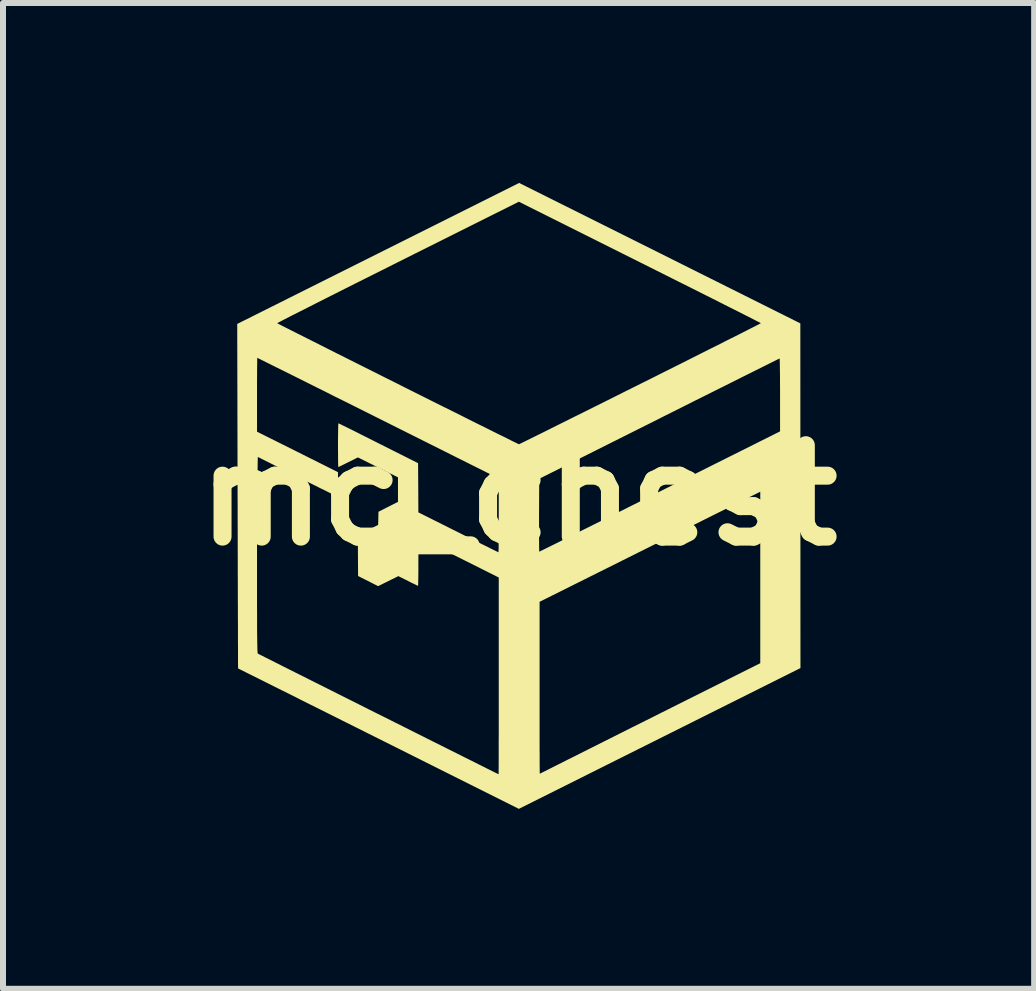
<source format=kicad_pcb>
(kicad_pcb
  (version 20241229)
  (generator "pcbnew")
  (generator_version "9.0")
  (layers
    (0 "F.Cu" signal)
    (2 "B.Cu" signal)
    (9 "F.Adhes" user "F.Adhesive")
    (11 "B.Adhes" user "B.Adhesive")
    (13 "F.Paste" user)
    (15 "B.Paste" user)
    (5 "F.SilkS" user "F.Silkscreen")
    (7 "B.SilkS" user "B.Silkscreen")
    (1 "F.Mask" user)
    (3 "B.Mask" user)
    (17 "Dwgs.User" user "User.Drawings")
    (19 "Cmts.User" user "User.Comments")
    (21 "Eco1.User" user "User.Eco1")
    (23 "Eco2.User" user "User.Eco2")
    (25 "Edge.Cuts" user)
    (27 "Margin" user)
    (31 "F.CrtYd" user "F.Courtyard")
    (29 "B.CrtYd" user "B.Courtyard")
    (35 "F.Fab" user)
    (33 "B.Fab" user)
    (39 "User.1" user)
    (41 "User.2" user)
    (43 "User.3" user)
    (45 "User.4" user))
  (footprint "mc_chest"
    (layer "F.Cu")
    (at 5.595 5.207)
    (property "Reference" "mc_chest" (at 0 0 0) (layer "F.SilkS") (effects (font (size 1.524 1.524) (thickness 0.3))))
    (attr board_only exclude_from_pos_files exclude_from_bom)
    (fp_poly (pts (xy 2.354 -4.037) (xy 4.698 -2.866) (xy 4.699 0.007) (xy 4.7 2.881) (xy 0.005 5.228) (xy -2.335 4.057) (xy -2.538 3.956) (xy -2.737 3.856) (xy -2.93 3.76) (xy -3.117 3.666) (xy -3.297 3.576) (xy -3.47 3.49) (xy -3.634 3.408) (xy -3.788 3.33) (xy -3.933 3.258) (xy -4.068 3.191) (xy -4.191 3.129) (xy -4.301 3.074) (xy -4.399 3.025) (xy -4.484 2.983) (xy -4.554 2.948) (xy -4.609 2.92) (xy -4.648 2.901) (xy -4.67 2.889) (xy -4.676 2.887) (xy -4.676 2.877) (xy -4.676 2.847) (xy -4.677 2.8) (xy -4.677 2.735) (xy -4.677 2.653) (xy -4.677 2.555) (xy -4.678 2.441) (xy -4.678 2.313) (xy -4.678 2.172) (xy -4.679 2.018) (xy -4.679 1.851) (xy -4.68 1.673) (xy -4.68 1.485) (xy -4.681 1.287) (xy -4.681 1.08) (xy -4.682 0.865) (xy -4.682 0.642) (xy -4.683 0.413) (xy -4.683 0.178) (xy -4.684 0.015) (xy -4.686 -1.06) (xy -4.36 -1.06) (xy -3.685 -0.723) (xy -3.01 -0.385) (xy -3.01 -0.183) (xy -3.01 -0.108) (xy -3.012 -0.05) (xy -3.014 -0.008) (xy -3.017 0.015) (xy -3.02 0.02) (xy -3.03 0.016) (xy -3.057 0.003) (xy -3.099 -0.017) (xy -3.155 -0.044) (xy -3.222 -0.078) (xy -3.301 -0.116) (xy -3.388 -0.16) (xy -3.484 -0.207) (xy -3.586 -0.258) (xy -3.688 -0.309) (xy -4.347 -0.639) (xy -4.353 -0.332) (xy -4.354 -0.283) (xy -4.355 -0.216) (xy -4.356 -0.132) (xy -4.356 -0.033) (xy -4.357 0.08) (xy -4.358 0.206) (xy -4.358 0.342) (xy -4.359 0.487) (xy -4.359 0.64) (xy -4.36 0.799) (xy -4.36 0.962) (xy -4.36 1.129) (xy -4.36 1.296) (xy -4.36 1.302) (xy -4.36 1.499) (xy -4.36 1.677) (xy -4.36 1.836) (xy -4.359 1.979) (xy -4.359 2.104) (xy -4.359 2.214) (xy -4.358 2.309) (xy -4.357 2.39) (xy -4.356 2.458) (xy -4.355 2.514) (xy -4.354 2.558) (xy -4.353 2.592) (xy -4.351 2.616) (xy -4.35 2.631) (xy -4.348 2.638) (xy -4.347 2.639) (xy -4.338 2.644) (xy -4.311 2.658) (xy -4.269 2.679) (xy -4.212 2.708) (xy -4.14 2.744) (xy -4.056 2.786) (xy -3.96 2.835) (xy -3.852 2.889) (xy -3.735 2.948) (xy -3.608 3.011) (xy -3.474 3.079) (xy -3.332 3.15) (xy -3.184 3.224) (xy -3.031 3.301) (xy -2.874 3.38) (xy -2.713 3.46) (xy -2.551 3.542) (xy -2.387 3.624) (xy -2.222 3.706) (xy -2.059 3.788) (xy -1.897 3.869) (xy -1.738 3.949) (xy -1.582 4.027) (xy -1.431 4.103) (xy -1.286 4.175) (xy -1.147 4.245) (xy -1.016 4.31) (xy -0.893 4.372) (xy -0.78 4.428) (xy -0.677 4.48) (xy -0.586 4.525) (xy -0.507 4.565) (xy -0.442 4.597) (xy -0.391 4.623) (xy -0.355 4.64) (xy -0.336 4.65) (xy -0.333 4.651) (xy -0.332 4.641) (xy -0.332 4.613) (xy -0.332 4.566) (xy -0.331 4.503) (xy -0.331 4.423) (xy -0.331 4.329) (xy -0.331 4.221) (xy -0.331 4.101) (xy -0.33 3.969) (xy -0.33 3.826) (xy -0.33 3.673) (xy -0.33 3.513) (xy -0.33 3.376) (xy 0.351 3.376) (xy 0.351 3.538) (xy 0.351 3.694) (xy 0.351 3.841) (xy 0.351 3.98) (xy 0.351 4.109) (xy 0.351 4.226) (xy 0.352 4.331) (xy 0.352 4.423) (xy 0.352 4.5) (xy 0.353 4.562) (xy 0.353 4.607) (xy 0.354 4.634) (xy 0.354 4.642) (xy 0.364 4.638) (xy 0.389 4.625) (xy 0.425 4.607) (xy 0.472 4.584) (xy 0.524 4.557) (xy 0.527 4.556) (xy 0.553 4.543) (xy 0.596 4.521) (xy 0.656 4.491) (xy 0.73 4.454) (xy 0.818 4.409) (xy 0.919 4.359) (xy 1.032 4.302) (xy 1.155 4.24) (xy 1.289 4.173) (xy 1.432 4.101) (xy 1.582 4.026) (xy 1.739 3.947) (xy 1.902 3.865) (xy 2.071 3.781) (xy 2.243 3.695) (xy 2.362 3.635) (xy 4.03 2.8) (xy 4.03 -0.059) (xy 2.191 0.858) (xy 0.351 1.776) (xy 0.351 3.209) (xy 0.351 3.376) (xy -0.33 3.376) (xy -0.33 3.344) (xy -0.33 3.169) (xy -0.33 3.011) (xy -0.33 1.371) (xy -0.99 1.04) (xy -1.097 0.987) (xy -1.199 0.936) (xy -1.295 0.889) (xy -1.382 0.845) (xy -1.46 0.807) (xy -1.527 0.774) (xy -1.583 0.747) (xy -1.624 0.727) (xy -1.65 0.714) (xy -1.66 0.71) (xy -1.663 0.72) (xy -1.665 0.75) (xy -1.667 0.799) (xy -1.669 0.866) (xy -1.669 0.952) (xy -1.67 1.056) (xy -1.67 1.11) (xy -1.67 1.198) (xy -1.67 1.278) (xy -1.671 1.35) (xy -1.672 1.412) (xy -1.673 1.46) (xy -1.674 1.493) (xy -1.675 1.509) (xy -1.675 1.511) (xy -1.685 1.506) (xy -1.71 1.494) (xy -1.747 1.476) (xy -1.794 1.454) (xy -1.842 1.429) (xy -2.004 1.348) (xy -2.341 1.515) (xy -2.675 1.346) (xy -2.678 0.938) (xy -2.678 0.826) (xy -2.678 0.732) (xy -2.677 0.655) (xy -2.676 0.596) (xy -2.674 0.555) (xy -2.672 0.534) (xy -2.67 0.53) (xy -2.659 0.534) (xy -2.632 0.546) (xy -2.594 0.564) (xy -2.547 0.587) (xy -2.503 0.609) (xy -2.345 0.688) (xy -2.335 0.275) (xy -2.172 0.192) (xy -2.01 0.11) (xy -2.01 -0.299) (xy -2.344 -0.465) (xy -2.678 -0.631) (xy -2.839 -0.551) (xy -2.891 -0.525) (xy -2.936 -0.503) (xy -2.972 -0.485) (xy -2.996 -0.474) (xy -3.005 -0.47) (xy -3.006 -0.48) (xy -3.007 -0.507) (xy -3.008 -0.55) (xy -3.009 -0.607) (xy -3.009 -0.674) (xy -3.01 -0.751) (xy -3.01 -0.834) (xy -3.01 -0.835) (xy -3.01 -0.919) (xy -3.009 -0.995) (xy -3.008 -1.063) (xy -3.007 -1.119) (xy -3.006 -1.162) (xy -3.004 -1.19) (xy -3.003 -1.2) (xy -3.002 -1.2) (xy -2.993 -1.195) (xy -2.966 -1.183) (xy -2.925 -1.162) (xy -2.87 -1.135) (xy -2.802 -1.102) (xy -2.724 -1.063) (xy -2.637 -1.019) (xy -2.542 -0.971) (xy -2.44 -0.92) (xy -2.335 -0.867) (xy -1.675 -0.535) (xy -1.672 -0.125) (xy -1.67 0.285) (xy -1.005 0.618) (xy -0.897 0.672) (xy -0.795 0.723) (xy -0.7 0.77) (xy -0.612 0.814) (xy -0.534 0.852) (xy -0.467 0.886) (xy -0.412 0.913) (xy -0.371 0.933) (xy -0.345 0.946) (xy -0.335 0.95) (xy -0.335 0.95) (xy -0.334 0.941) (xy -0.333 0.913) (xy -0.332 0.868) (xy -0.332 0.809) (xy -0.331 0.736) (xy -0.331 0.652) (xy -0.33 0.558) (xy -0.33 0.543) (xy 0.342 0.543) (xy 0.342 0.637) (xy 0.342 0.722) (xy 0.343 0.795) (xy 0.343 0.855) (xy 0.344 0.901) (xy 0.345 0.93) (xy 0.346 0.94) (xy 0.346 0.94) (xy 0.356 0.936) (xy 0.382 0.923) (xy 0.425 0.902) (xy 0.483 0.873) (xy 0.556 0.837) (xy 0.643 0.794) (xy 0.743 0.744) (xy 0.855 0.688) (xy 0.979 0.626) (xy 1.113 0.559) (xy 1.257 0.487) (xy 1.41 0.411) (xy 1.572 0.33) (xy 1.74 0.246) (xy 1.916 0.158) (xy 2.097 0.067) (xy 2.283 -0.026) (xy 2.356 -0.063) (xy 4.36 -1.065) (xy 4.36 -1.673) (xy 4.36 -1.781) (xy 4.359 -1.883) (xy 4.359 -1.978) (xy 4.358 -2.062) (xy 4.357 -2.135) (xy 4.356 -2.195) (xy 4.355 -2.241) (xy 4.354 -2.27) (xy 4.353 -2.28) (xy 4.353 -2.28) (xy 4.343 -2.276) (xy 4.316 -2.263) (xy 4.274 -2.242) (xy 4.215 -2.213) (xy 4.142 -2.176) (xy 4.055 -2.133) (xy 3.955 -2.083) (xy 3.843 -2.027) (xy 3.72 -1.966) (xy 3.585 -1.898) (xy 3.441 -1.826) (xy 3.288 -1.75) (xy 3.127 -1.669) (xy 2.958 -1.585) (xy 2.783 -1.497) (xy 2.602 -1.406) (xy 2.415 -1.313) (xy 2.345 -1.277) (xy 0.345 -0.275) (xy 0.342 0.333) (xy 0.342 0.441) (xy 0.342 0.543) (xy -0.33 0.543) (xy -0.33 0.456) (xy -0.33 0.348) (xy -0.33 0.335) (xy -0.33 -0.28) (xy -2.34 -1.286) (xy -2.528 -1.38) (xy -2.712 -1.472) (xy -2.89 -1.561) (xy -3.062 -1.646) (xy -3.226 -1.729) (xy -3.383 -1.807) (xy -3.531 -1.881) (xy -3.669 -1.95) (xy -3.797 -2.014) (xy -3.914 -2.072) (xy -4.019 -2.124) (xy -4.111 -2.17) (xy -4.19 -2.209) (xy -4.254 -2.241) (xy -4.304 -2.266) (xy -4.337 -2.282) (xy -4.353 -2.29) (xy -4.355 -2.291) (xy -4.356 -2.281) (xy -4.357 -2.253) (xy -4.357 -2.209) (xy -4.358 -2.149) (xy -4.359 -2.076) (xy -4.359 -1.992) (xy -4.36 -1.898) (xy -4.36 -1.796) (xy -4.36 -1.688) (xy -4.36 -1.676) (xy -4.36 -1.06) (xy -4.686 -1.06) (xy -4.69 -2.856) (xy -4.665 -2.869) (xy -4.023 -2.869) (xy -4.014 -2.863) (xy -3.988 -2.85) (xy -3.946 -2.828) (xy -3.889 -2.799) (xy -3.817 -2.763) (xy -3.733 -2.72) (xy -3.637 -2.672) (xy -3.53 -2.618) (xy -3.412 -2.559) (xy -3.286 -2.495) (xy -3.151 -2.427) (xy -3.01 -2.356) (xy -2.862 -2.282) (xy -2.708 -2.205) (xy -2.551 -2.126) (xy -2.39 -2.046) (xy -2.228 -1.964) (xy -2.063 -1.882) (xy -1.899 -1.799) (xy -1.735 -1.717) (xy -1.573 -1.636) (xy -1.413 -1.556) (xy -1.257 -1.478) (xy -1.105 -1.403) (xy -0.959 -1.33) (xy -0.82 -1.26) (xy -0.688 -1.194) (xy -0.564 -1.133) (xy -0.45 -1.076) (xy -0.346 -1.024) (xy -0.254 -0.979) (xy -0.174 -0.939) (xy -0.108 -0.906) (xy -0.055 -0.88) (xy -0.018 -0.862) (xy 0.002 -0.853) (xy 0.007 -0.851) (xy 0.017 -0.855) (xy 0.044 -0.868) (xy 0.087 -0.889) (xy 0.146 -0.918) (xy 0.219 -0.954) (xy 0.306 -0.997) (xy 0.407 -1.047) (xy 0.519 -1.103) (xy 0.643 -1.165) (xy 0.778 -1.232) (xy 0.922 -1.304) (xy 1.076 -1.38) (xy 1.238 -1.461) (xy 1.407 -1.545) (xy 1.583 -1.633) (xy 1.764 -1.724) (xy 1.951 -1.817) (xy 2.029 -1.856) (xy 2.218 -1.95) (xy 2.401 -2.042) (xy 2.579 -2.131) (xy 2.751 -2.217) (xy 2.915 -2.3) (xy 3.072 -2.379) (xy 3.219 -2.453) (xy 3.358 -2.522) (xy 3.485 -2.587) (xy 3.602 -2.645) (xy 3.707 -2.698) (xy 3.799 -2.745) (xy 3.877 -2.785) (xy 3.941 -2.817) (xy 3.99 -2.842) (xy 4.022 -2.859) (xy 4.038 -2.868) (xy 4.04 -2.869) (xy 4.031 -2.874) (xy 4.005 -2.888) (xy 3.963 -2.909) (xy 3.905 -2.939) (xy 3.833 -2.976) (xy 3.747 -3.019) (xy 3.647 -3.07) (xy 3.535 -3.126) (xy 3.412 -3.188) (xy 3.278 -3.256) (xy 3.134 -3.328) (xy 2.981 -3.405) (xy 2.82 -3.486) (xy 2.651 -3.57) (xy 2.476 -3.658) (xy 2.294 -3.749) (xy 2.107 -3.843) (xy 2.022 -3.885) (xy 0.005 -4.894) (xy -2.012 -3.886) (xy -2.2 -3.791) (xy -2.384 -3.699) (xy -2.562 -3.61) (xy -2.734 -3.524) (xy -2.899 -3.441) (xy -3.055 -3.362) (xy -3.203 -3.288) (xy -3.341 -3.218) (xy -3.469 -3.153) (xy -3.585 -3.094) (xy -3.69 -3.041) (xy -3.782 -2.995) (xy -3.86 -2.955) (xy -3.924 -2.922) (xy -3.973 -2.896) (xy -4.006 -2.879) (xy -4.022 -2.87) (xy -4.023 -2.869) (xy -4.665 -2.869) (xy -2.34 -4.032) (xy 0.01 -5.207)) (stroke (width 0) (type solid)) (fill yes) (layer "F.SilkS")))
  (gr_rect
    (start -3 -3)
    (end 14.191 13.435)
    (stroke (width 0.1) (type default))
    (fill no)
    (layer "Edge.Cuts")))
</source>
